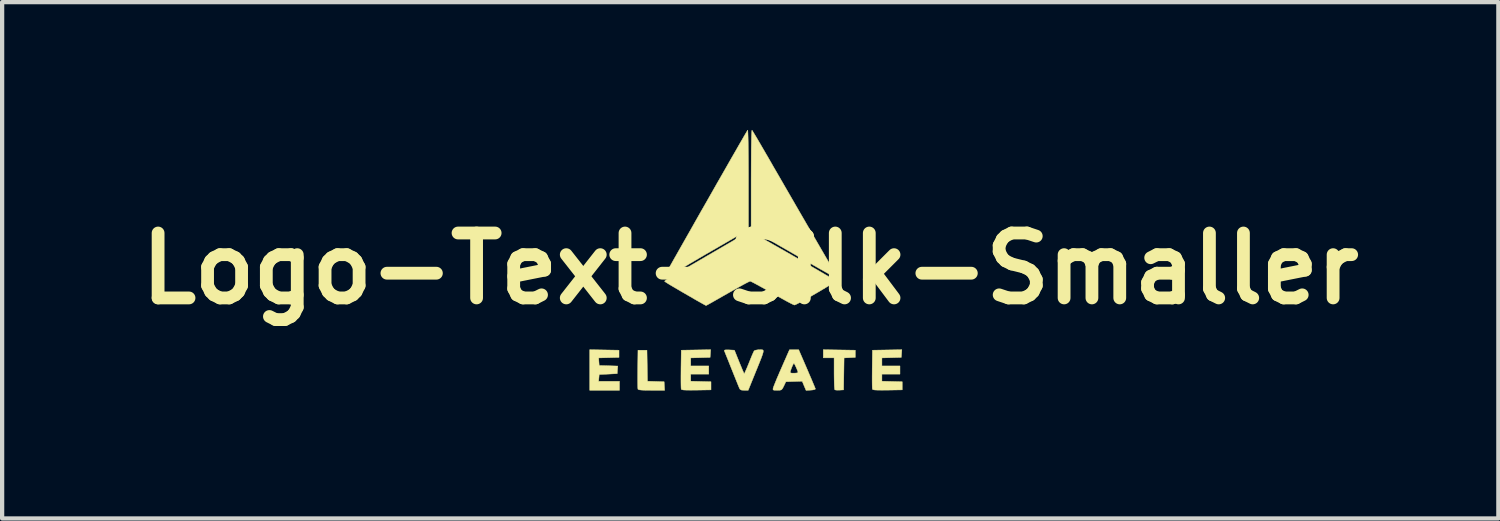
<source format=kicad_pcb>
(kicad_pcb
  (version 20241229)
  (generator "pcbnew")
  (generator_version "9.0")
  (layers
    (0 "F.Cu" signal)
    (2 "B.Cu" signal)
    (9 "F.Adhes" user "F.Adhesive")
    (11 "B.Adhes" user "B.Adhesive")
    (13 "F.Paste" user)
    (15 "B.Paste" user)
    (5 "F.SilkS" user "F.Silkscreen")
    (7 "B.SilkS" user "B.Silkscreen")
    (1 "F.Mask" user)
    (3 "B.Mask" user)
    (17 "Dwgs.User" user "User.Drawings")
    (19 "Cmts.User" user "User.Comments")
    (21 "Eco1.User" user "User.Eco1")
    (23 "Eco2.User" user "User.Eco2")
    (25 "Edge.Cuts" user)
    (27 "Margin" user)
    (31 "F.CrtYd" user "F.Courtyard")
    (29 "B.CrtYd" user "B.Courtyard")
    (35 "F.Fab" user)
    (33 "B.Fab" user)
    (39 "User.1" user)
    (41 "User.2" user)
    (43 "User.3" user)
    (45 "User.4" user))
  (footprint "Logo-Text-Silk-Smaller"
    (layer "F.Cu")
    (at 14.558 3.253)
    (property "Reference" "Logo-Text-Silk-Smaller" (at 0 0 0) (layer "F.SilkS") (effects (font (size 1.524 1.524) (thickness 0.3))))
    (attr through_hole)
    (fp_poly (pts (xy 2.466 1.916) (xy 2.466 2.085) (xy 2.202 2.097) (xy 2.191 2.847) (xy 2.095 2.853) (xy 2.034 2.854) (xy 1.992 2.848) (xy 1.984 2.844) (xy 1.979 2.819) (xy 1.974 2.759) (xy 1.971 2.671) (xy 1.969 2.562) (xy 1.968 2.462) (xy 1.968 2.095) (xy 1.714 2.095) (xy 1.714 1.904) (xy 2.466 1.916)) (stroke (width 0.01) (type solid)) (fill yes) (layer "F.SilkS"))
    (fp_poly (pts (xy -3.424 1.91) (xy -3.08 1.916) (xy -3.08 2.085) (xy -3.558 2.097) (xy -3.552 2.186) (xy -3.545 2.275) (xy -3.327 2.281) (xy -3.109 2.288) (xy -3.116 2.377) (xy -3.122 2.466) (xy -3.334 2.477) (xy -3.545 2.487) (xy -3.552 2.566) (xy -3.559 2.646) (xy -3.069 2.646) (xy -3.069 2.857) (xy -3.768 2.857) (xy -3.768 1.904) (xy -3.424 1.91)) (stroke (width 0.01) (type solid)) (fill yes) (layer "F.SilkS"))
    (fp_poly (pts (xy -2.412 2.644) (xy -2.217 2.65) (xy -2.021 2.656) (xy -2.015 2.757) (xy -2.009 2.857) (xy -2.317 2.857) (xy -2.447 2.856) (xy -2.539 2.853) (xy -2.598 2.847) (xy -2.629 2.838) (xy -2.636 2.83) (xy -2.639 2.802) (xy -2.641 2.738) (xy -2.642 2.645) (xy -2.642 2.53) (xy -2.641 2.399) (xy -2.641 2.36) (xy -2.635 1.916) (xy -2.424 1.916) (xy -2.412 2.644)) (stroke (width 0.01) (type solid)) (fill yes) (layer "F.SilkS"))
    (fp_poly (pts (xy -0.935 1.994) (xy -0.942 2.085) (xy -1.169 2.091) (xy -1.397 2.097) (xy -1.397 2.286) (xy -0.974 2.286) (xy -0.974 2.477) (xy -1.397 2.477) (xy -1.397 2.644) (xy -0.921 2.656) (xy -0.921 2.847) (xy -1.265 2.853) (xy -1.4 2.854) (xy -1.498 2.853) (xy -1.564 2.85) (xy -1.602 2.843) (xy -1.619 2.833) (xy -1.62 2.831) (xy -1.623 2.802) (xy -1.625 2.738) (xy -1.626 2.645) (xy -1.626 2.53) (xy -1.625 2.399) (xy -1.625 2.36) (xy -1.619 1.916) (xy -0.929 1.904) (xy -0.935 1.994)) (stroke (width 0.01) (type solid)) (fill yes) (layer "F.SilkS"))
    (fp_poly (pts (xy 3.552 1.994) (xy 3.545 2.085) (xy 3.318 2.091) (xy 3.09 2.097) (xy 3.09 2.286) (xy 3.514 2.286) (xy 3.514 2.477) (xy 3.09 2.477) (xy 3.09 2.644) (xy 3.567 2.656) (xy 3.567 2.847) (xy 3.222 2.853) (xy 3.087 2.854) (xy 2.989 2.853) (xy 2.924 2.85) (xy 2.885 2.843) (xy 2.868 2.833) (xy 2.867 2.831) (xy 2.864 2.802) (xy 2.862 2.738) (xy 2.861 2.645) (xy 2.861 2.53) (xy 2.862 2.399) (xy 2.862 2.36) (xy 2.868 1.916) (xy 3.558 1.904) (xy 3.552 1.994)) (stroke (width 0.01) (type solid)) (fill yes) (layer "F.SilkS"))
    (fp_poly (pts (xy 0.056 -3.226) (xy 0.089 -3.171) (xy 0.139 -3.088) (xy 0.202 -2.981) (xy 0.276 -2.854) (xy 0.358 -2.713) (xy 0.44 -2.572) (xy 0.55 -2.38) (xy 0.679 -2.158) (xy 0.822 -1.91) (xy 0.976 -1.644) (xy 1.137 -1.365) (xy 1.303 -1.079) (xy 1.469 -0.792) (xy 1.633 -0.509) (xy 1.791 -0.237) (xy 1.908 -0.035) (xy 1.968 0.069) (xy 2.01 0.142) (xy 2.035 0.189) (xy 2.047 0.216) (xy 2.049 0.229) (xy 2.042 0.232) (xy 2.037 0.232) (xy 2.016 0.222) (xy 1.962 0.192) (xy 1.878 0.145) (xy 1.768 0.082) (xy 1.634 0.007) (xy 1.481 -0.081) (xy 1.312 -0.178) (xy 1.129 -0.282) (xy 1.021 -0.345) (xy 0.021 -0.92) (xy 0.021 -2.094) (xy 0.022 -2.358) (xy 0.023 -2.59) (xy 0.024 -2.791) (xy 0.027 -2.957) (xy 0.029 -3.087) (xy 0.033 -3.18) (xy 0.037 -3.234) (xy 0.041 -3.248) (xy 0.056 -3.226)) (stroke (width 0.01) (type solid)) (fill yes) (layer "F.SilkS"))
    (fp_poly (pts (xy 0.281 1.906) (xy 0.299 1.913) (xy 0.307 1.931) (xy 0.303 1.964) (xy 0.288 2.016) (xy 0.261 2.092) (xy 0.22 2.196) (xy 0.165 2.332) (xy 0.125 2.43) (xy -0.048 2.857) (xy -0.141 2.857) (xy -0.203 2.853) (xy -0.237 2.837) (xy -0.254 2.81) (xy -0.268 2.776) (xy -0.295 2.71) (xy -0.332 2.618) (xy -0.377 2.507) (xy -0.426 2.384) (xy -0.436 2.36) (xy -0.485 2.237) (xy -0.529 2.126) (xy -0.566 2.035) (xy -0.593 1.968) (xy -0.607 1.933) (xy -0.608 1.93) (xy -0.605 1.915) (xy -0.574 1.908) (xy -0.509 1.909) (xy -0.495 1.909) (xy -0.371 1.916) (xy -0.262 2.187) (xy -0.221 2.286) (xy -0.186 2.371) (xy -0.159 2.433) (xy -0.145 2.465) (xy -0.143 2.468) (xy -0.132 2.453) (xy -0.11 2.405) (xy -0.078 2.332) (xy -0.04 2.24) (xy -0.031 2.217) (xy 0.009 2.118) (xy 0.044 2.033) (xy 0.073 1.968) (xy 0.09 1.934) (xy 0.091 1.931) (xy 0.123 1.916) (xy 0.183 1.906) (xy 0.217 1.905) (xy 0.253 1.904) (xy 0.281 1.906)) (stroke (width 0.01) (type solid)) (fill yes) (layer "F.SilkS"))
    (fp_poly (pts (xy 1.332 2.355) (xy 1.387 2.484) (xy 1.437 2.6) (xy 1.478 2.698) (xy 1.509 2.772) (xy 1.527 2.816) (xy 1.53 2.826) (xy 1.514 2.839) (xy 1.466 2.849) (xy 1.422 2.853) (xy 1.31 2.86) (xy 1.264 2.752) (xy 1.219 2.644) (xy 1.027 2.65) (xy 0.836 2.656) (xy 0.788 2.757) (xy 0.758 2.815) (xy 0.732 2.845) (xy 0.694 2.856) (xy 0.632 2.857) (xy 0.569 2.856) (xy 0.539 2.849) (xy 0.533 2.83) (xy 0.539 2.8) (xy 0.552 2.764) (xy 0.579 2.696) (xy 0.617 2.602) (xy 0.665 2.49) (xy 0.688 2.437) (xy 0.938 2.437) (xy 0.951 2.451) (xy 0.993 2.455) (xy 1.025 2.455) (xy 1.082 2.452) (xy 1.117 2.443) (xy 1.122 2.437) (xy 1.114 2.407) (xy 1.094 2.357) (xy 1.069 2.301) (xy 1.045 2.252) (xy 1.028 2.225) (xy 1.025 2.223) (xy 1.01 2.241) (xy 0.988 2.286) (xy 0.963 2.348) (xy 0.943 2.408) (xy 0.938 2.437) (xy 0.688 2.437) (xy 0.719 2.365) (xy 0.737 2.324) (xy 0.921 1.905) (xy 1.137 1.905) (xy 1.332 2.355)) (stroke (width 0.01) (type solid)) (fill yes) (layer "F.SilkS"))
    (fp_poly (pts (xy -0.057 -3.231) (xy -0.054 -3.176) (xy -0.051 -3.086) (xy -0.048 -2.964) (xy -0.046 -2.815) (xy -0.044 -2.642) (xy -0.043 -2.449) (xy -0.042 -2.24) (xy -0.042 -2.092) (xy -0.042 -0.915) (xy -0.28 -0.778) (xy -0.495 -0.654) (xy -0.698 -0.536) (xy -0.887 -0.427) (xy -1.058 -0.328) (xy -1.207 -0.241) (xy -1.332 -0.167) (xy -1.43 -0.11) (xy -1.496 -0.07) (xy -1.524 -0.053) (xy -1.58 -0.018) (xy -1.654 0.026) (xy -1.737 0.075) (xy -1.823 0.125) (xy -1.902 0.17) (xy -1.967 0.206) (xy -2.009 0.228) (xy -2.02 0.233) (xy -2.032 0.217) (xy -2.032 0.214) (xy -2.022 0.194) (xy -1.992 0.14) (xy -1.945 0.055) (xy -1.883 -0.056) (xy -1.806 -0.193) (xy -1.717 -0.35) (xy -1.618 -0.525) (xy -1.51 -0.715) (xy -1.395 -0.917) (xy -1.276 -1.128) (xy -1.153 -1.345) (xy -1.028 -1.563) (xy -0.904 -1.781) (xy -0.782 -1.996) (xy -0.663 -2.203) (xy -0.55 -2.401) (xy -0.445 -2.585) (xy -0.348 -2.753) (xy -0.263 -2.902) (xy -0.19 -3.028) (xy -0.132 -3.129) (xy -0.089 -3.201) (xy -0.065 -3.241) (xy -0.06 -3.248) (xy -0.057 -3.231)) (stroke (width 0.01) (type solid)) (fill yes) (layer "F.SilkS"))
    (fp_poly (pts (xy 0.013 -0.858) (xy 0.068 -0.828) (xy 0.151 -0.783) (xy 0.259 -0.723) (xy 0.386 -0.651) (xy 0.53 -0.569) (xy 0.685 -0.481) (xy 0.848 -0.388) (xy 1.015 -0.292) (xy 1.181 -0.196) (xy 1.343 -0.102) (xy 1.496 -0.013) (xy 1.637 0.069) (xy 1.761 0.142) (xy 1.864 0.203) (xy 1.941 0.25) (xy 1.99 0.281) (xy 2.006 0.292) (xy 1.99 0.308) (xy 1.943 0.34) (xy 1.871 0.386) (xy 1.779 0.442) (xy 1.674 0.505) (xy 1.56 0.572) (xy 1.445 0.639) (xy 1.333 0.702) (xy 1.232 0.759) (xy 1.145 0.806) (xy 1.08 0.839) (xy 1.042 0.855) (xy 1.037 0.856) (xy 1.011 0.846) (xy 0.953 0.818) (xy 0.869 0.774) (xy 0.764 0.716) (xy 0.643 0.649) (xy 0.516 0.577) (xy 0.385 0.502) (xy 0.264 0.435) (xy 0.16 0.378) (xy 0.078 0.334) (xy 0.022 0.306) (xy -0.003 0.296) (xy -0.028 0.307) (xy -0.085 0.335) (xy -0.169 0.38) (xy -0.273 0.437) (xy -0.394 0.505) (xy -0.527 0.581) (xy -0.529 0.582) (xy -0.661 0.657) (xy -0.78 0.725) (xy -0.882 0.783) (xy -0.962 0.828) (xy -1.015 0.857) (xy -1.037 0.868) (xy -1.037 0.868) (xy -1.058 0.858) (xy -1.11 0.829) (xy -1.187 0.786) (xy -1.283 0.732) (xy -1.392 0.668) (xy -1.408 0.659) (xy -1.575 0.563) (xy -1.708 0.485) (xy -1.812 0.424) (xy -1.89 0.378) (xy -1.945 0.344) (xy -1.981 0.321) (xy -2.001 0.307) (xy -2.009 0.299) (xy -2.01 0.296) (xy -1.993 0.281) (xy -1.949 0.251) (xy -1.889 0.214) (xy -1.835 0.183) (xy -1.75 0.133) (xy -1.637 0.067) (xy -1.501 -0.012) (xy -1.347 -0.102) (xy -1.178 -0.2) (xy -1 -0.304) (xy -0.816 -0.411) (xy -0.632 -0.518) (xy -0.452 -0.623) (xy -0.37 -0.671) (xy -0.262 -0.733) (xy -0.166 -0.787) (xy -0.088 -0.83) (xy -0.034 -0.858) (xy -0.01 -0.868) (xy 0.013 -0.858)) (stroke (width 0.01) (type solid)) (fill yes) (layer "F.SilkS")))
  (gr_rect
    (start -3 -3)
    (end 32.116 9.118)
    (stroke (width 0.1) (type default))
    (fill no)
    (layer "Edge.Cuts")))
</source>
